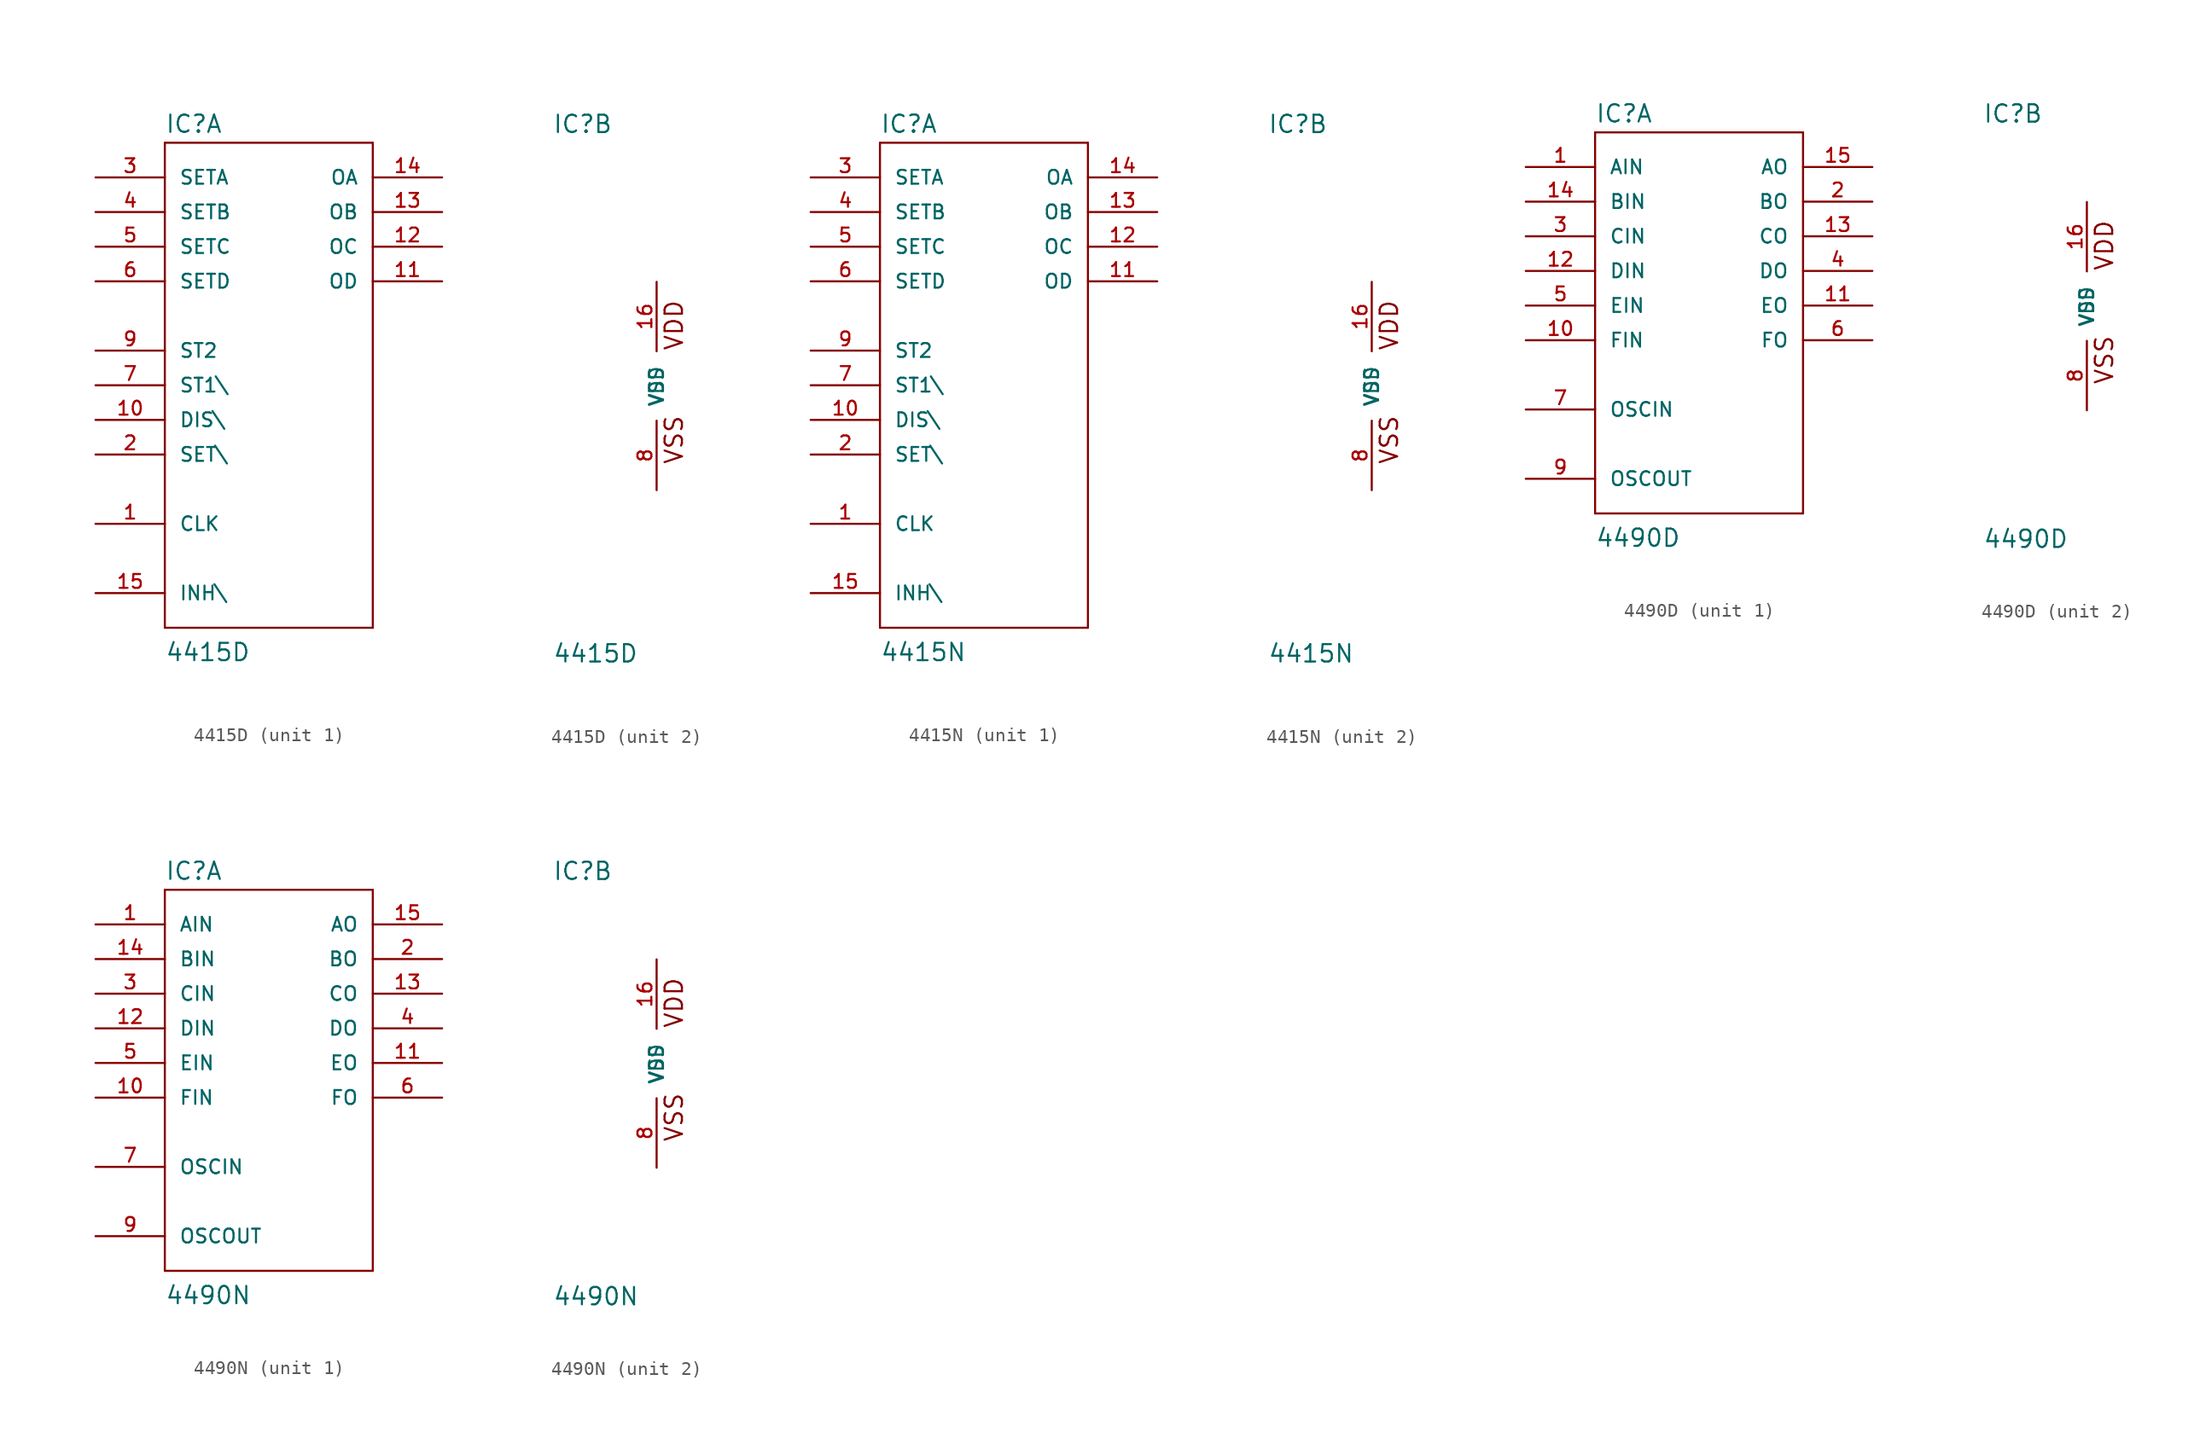
<source format=kicad_sym>
(kicad_symbol_lib
  (version 20211014)
  (generator kicad_symbol_editor)
  (symbol "4415D"
    (pin_names
      (offset 1.016))
    (property "Reference" "IC"
      (at -7.62 18.415 0)
      (effects (font (size 1.27 1.27)) (justify left bottom)))
    (property "Value" "4415D"
      (at -7.62 -20.32 0)
      (effects (font (size 1.27 1.27)) (justify left bottom)))
    (property "ki_locked" ""
      (at 0 0 0)
      (effects (font (size 1.27 1.27))))
    (symbol "4415D_1_0"
      (polyline (pts (xy -7.62 -17.78) (xy 7.62 -17.78)) (stroke (width 0) (type default) (color 0 0 0 0)) (fill (type none)))
      (polyline (pts (xy -7.62 17.78) (xy -7.62 -17.78)) (stroke (width 0) (type default) (color 0 0 0 0)) (fill (type none)))
      (polyline (pts (xy 7.62 -17.78) (xy 7.62 17.78)) (stroke (width 0) (type default) (color 0 0 0 0)) (fill (type none)))
      (polyline (pts (xy 7.62 17.78) (xy -7.62 17.78)) (stroke (width 0) (type default) (color 0 0 0 0)) (fill (type none))))
    (symbol "4415D_1_1"
      (pin input line (at -12.7 -10.16 0) (length 5.08) (name "CLK" (effects (font (size 1.016 1.016)))) (number "1" (effects (font (size 1.016 1.016)))))
      (pin input line (at -12.7 -2.54 0) (length 5.08) (name "DIS\\" (effects (font (size 1.016 1.016)))) (number "10" (effects (font (size 1.016 1.016)))))
      (pin output line (at 12.7 7.62 180) (length 5.08) (name "OD" (effects (font (size 1.016 1.016)))) (number "11" (effects (font (size 1.016 1.016)))))
      (pin output line (at 12.7 10.16 180) (length 5.08) (name "OC" (effects (font (size 1.016 1.016)))) (number "12" (effects (font (size 1.016 1.016)))))
      (pin output line (at 12.7 12.7 180) (length 5.08) (name "OB" (effects (font (size 1.016 1.016)))) (number "13" (effects (font (size 1.016 1.016)))))
      (pin output line (at 12.7 15.24 180) (length 5.08) (name "OA" (effects (font (size 1.016 1.016)))) (number "14" (effects (font (size 1.016 1.016)))))
      (pin input line (at -12.7 -15.24 0) (length 5.08) (name "INH\\" (effects (font (size 1.016 1.016)))) (number "15" (effects (font (size 1.016 1.016)))))
      (pin input line (at -12.7 -5.08 0) (length 5.08) (name "SET\\" (effects (font (size 1.016 1.016)))) (number "2" (effects (font (size 1.016 1.016)))))
      (pin input line (at -12.7 15.24 0) (length 5.08) (name "SETA" (effects (font (size 1.016 1.016)))) (number "3" (effects (font (size 1.016 1.016)))))
      (pin input line (at -12.7 12.7 0) (length 5.08) (name "SETB" (effects (font (size 1.016 1.016)))) (number "4" (effects (font (size 1.016 1.016)))))
      (pin input line (at -12.7 10.16 0) (length 5.08) (name "SETC" (effects (font (size 1.016 1.016)))) (number "5" (effects (font (size 1.016 1.016)))))
      (pin input line (at -12.7 7.62 0) (length 5.08) (name "SETD" (effects (font (size 1.016 1.016)))) (number "6" (effects (font (size 1.016 1.016)))))
      (pin input line (at -12.7 0 0) (length 5.08) (name "ST1\\" (effects (font (size 1.016 1.016)))) (number "7" (effects (font (size 1.016 1.016)))))
      (pin input line (at -12.7 2.54 0) (length 5.08) (name "ST2" (effects (font (size 1.016 1.016)))) (number "9" (effects (font (size 1.016 1.016))))))
    (symbol "4415D_2_0"
      (text "VDD" (at 1.27 4.445 1) (effects (font (size 1.27 1.27))))
      (text "VSS" (at 1.27 -3.937 1) (effects (font (size 1.27 1.27)))))
    (symbol "4415D_2_1"
      (pin power_in line (at 0 7.62 270) (length 5.08) (name "VDD" (effects (font (size 1.016 1.016)))) (number "16" (effects (font (size 1.016 1.016)))))
      (pin power_in line (at 0 -7.62 90) (length 5.08) (name "VSS" (effects (font (size 1.016 1.016)))) (number "8" (effects (font (size 1.016 1.016)))))))
  (symbol "4415N"
    (pin_names
      (offset 1.016))
    (property "Reference" "IC"
      (at -7.62 18.415 0)
      (effects (font (size 1.27 1.27)) (justify left bottom)))
    (property "Value" "4415N"
      (at -7.62 -20.32 0)
      (effects (font (size 1.27 1.27)) (justify left bottom)))
    (property "ki_locked" ""
      (at 0 0 0)
      (effects (font (size 1.27 1.27))))
    (symbol "4415N_1_0"
      (polyline (pts (xy -7.62 -17.78) (xy 7.62 -17.78)) (stroke (width 0) (type default) (color 0 0 0 0)) (fill (type none)))
      (polyline (pts (xy -7.62 17.78) (xy -7.62 -17.78)) (stroke (width 0) (type default) (color 0 0 0 0)) (fill (type none)))
      (polyline (pts (xy 7.62 -17.78) (xy 7.62 17.78)) (stroke (width 0) (type default) (color 0 0 0 0)) (fill (type none)))
      (polyline (pts (xy 7.62 17.78) (xy -7.62 17.78)) (stroke (width 0) (type default) (color 0 0 0 0)) (fill (type none))))
    (symbol "4415N_1_1"
      (pin input line (at -12.7 -10.16 0) (length 5.08) (name "CLK" (effects (font (size 1.016 1.016)))) (number "1" (effects (font (size 1.016 1.016)))))
      (pin input line (at -12.7 -2.54 0) (length 5.08) (name "DIS\\" (effects (font (size 1.016 1.016)))) (number "10" (effects (font (size 1.016 1.016)))))
      (pin output line (at 12.7 7.62 180) (length 5.08) (name "OD" (effects (font (size 1.016 1.016)))) (number "11" (effects (font (size 1.016 1.016)))))
      (pin output line (at 12.7 10.16 180) (length 5.08) (name "OC" (effects (font (size 1.016 1.016)))) (number "12" (effects (font (size 1.016 1.016)))))
      (pin output line (at 12.7 12.7 180) (length 5.08) (name "OB" (effects (font (size 1.016 1.016)))) (number "13" (effects (font (size 1.016 1.016)))))
      (pin output line (at 12.7 15.24 180) (length 5.08) (name "OA" (effects (font (size 1.016 1.016)))) (number "14" (effects (font (size 1.016 1.016)))))
      (pin input line (at -12.7 -15.24 0) (length 5.08) (name "INH\\" (effects (font (size 1.016 1.016)))) (number "15" (effects (font (size 1.016 1.016)))))
      (pin input line (at -12.7 -5.08 0) (length 5.08) (name "SET\\" (effects (font (size 1.016 1.016)))) (number "2" (effects (font (size 1.016 1.016)))))
      (pin input line (at -12.7 15.24 0) (length 5.08) (name "SETA" (effects (font (size 1.016 1.016)))) (number "3" (effects (font (size 1.016 1.016)))))
      (pin input line (at -12.7 12.7 0) (length 5.08) (name "SETB" (effects (font (size 1.016 1.016)))) (number "4" (effects (font (size 1.016 1.016)))))
      (pin input line (at -12.7 10.16 0) (length 5.08) (name "SETC" (effects (font (size 1.016 1.016)))) (number "5" (effects (font (size 1.016 1.016)))))
      (pin input line (at -12.7 7.62 0) (length 5.08) (name "SETD" (effects (font (size 1.016 1.016)))) (number "6" (effects (font (size 1.016 1.016)))))
      (pin input line (at -12.7 0 0) (length 5.08) (name "ST1\\" (effects (font (size 1.016 1.016)))) (number "7" (effects (font (size 1.016 1.016)))))
      (pin input line (at -12.7 2.54 0) (length 5.08) (name "ST2" (effects (font (size 1.016 1.016)))) (number "9" (effects (font (size 1.016 1.016))))))
    (symbol "4415N_2_0"
      (text "VDD" (at 1.27 4.445 1) (effects (font (size 1.27 1.27))))
      (text "VSS" (at 1.27 -3.937 1) (effects (font (size 1.27 1.27)))))
    (symbol "4415N_2_1"
      (pin power_in line (at 0 7.62 270) (length 5.08) (name "VDD" (effects (font (size 1.016 1.016)))) (number "16" (effects (font (size 1.016 1.016)))))
      (pin power_in line (at 0 -7.62 90) (length 5.08) (name "VSS" (effects (font (size 1.016 1.016)))) (number "8" (effects (font (size 1.016 1.016)))))))
  (symbol "4490D"
    (pin_names
      (offset 1.016))
    (property "Reference" "IC"
      (at -7.62 13.335 0)
      (effects (font (size 1.27 1.27)) (justify left bottom)))
    (property "Value" "4490D"
      (at -7.62 -17.78 0)
      (effects (font (size 1.27 1.27)) (justify left bottom)))
    (property "ki_locked" ""
      (at 0 0 0)
      (effects (font (size 1.27 1.27))))
    (symbol "4490D_1_0"
      (polyline (pts (xy -7.62 -15.24) (xy 7.62 -15.24)) (stroke (width 0) (type default) (color 0 0 0 0)) (fill (type none)))
      (polyline (pts (xy -7.62 12.7) (xy -7.62 -15.24)) (stroke (width 0) (type default) (color 0 0 0 0)) (fill (type none)))
      (polyline (pts (xy 7.62 -15.24) (xy 7.62 12.7)) (stroke (width 0) (type default) (color 0 0 0 0)) (fill (type none)))
      (polyline (pts (xy 7.62 12.7) (xy -7.62 12.7)) (stroke (width 0) (type default) (color 0 0 0 0)) (fill (type none))))
    (symbol "4490D_1_1"
      (pin input line (at -12.7 10.16 0) (length 5.08) (name "AIN" (effects (font (size 1.016 1.016)))) (number "1" (effects (font (size 1.016 1.016)))))
      (pin input line (at -12.7 -2.54 0) (length 5.08) (name "FIN" (effects (font (size 1.016 1.016)))) (number "10" (effects (font (size 1.016 1.016)))))
      (pin output line (at 12.7 0 180) (length 5.08) (name "EO" (effects (font (size 1.016 1.016)))) (number "11" (effects (font (size 1.016 1.016)))))
      (pin input line (at -12.7 2.54 0) (length 5.08) (name "DIN" (effects (font (size 1.016 1.016)))) (number "12" (effects (font (size 1.016 1.016)))))
      (pin output line (at 12.7 5.08 180) (length 5.08) (name "CO" (effects (font (size 1.016 1.016)))) (number "13" (effects (font (size 1.016 1.016)))))
      (pin input line (at -12.7 7.62 0) (length 5.08) (name "BIN" (effects (font (size 1.016 1.016)))) (number "14" (effects (font (size 1.016 1.016)))))
      (pin output line (at 12.7 10.16 180) (length 5.08) (name "AO" (effects (font (size 1.016 1.016)))) (number "15" (effects (font (size 1.016 1.016)))))
      (pin output line (at 12.7 7.62 180) (length 5.08) (name "BO" (effects (font (size 1.016 1.016)))) (number "2" (effects (font (size 1.016 1.016)))))
      (pin input line (at -12.7 5.08 0) (length 5.08) (name "CIN" (effects (font (size 1.016 1.016)))) (number "3" (effects (font (size 1.016 1.016)))))
      (pin output line (at 12.7 2.54 180) (length 5.08) (name "DO" (effects (font (size 1.016 1.016)))) (number "4" (effects (font (size 1.016 1.016)))))
      (pin input line (at -12.7 0 0) (length 5.08) (name "EIN" (effects (font (size 1.016 1.016)))) (number "5" (effects (font (size 1.016 1.016)))))
      (pin output line (at 12.7 -2.54 180) (length 5.08) (name "FO" (effects (font (size 1.016 1.016)))) (number "6" (effects (font (size 1.016 1.016)))))
      (pin input line (at -12.7 -7.62 0) (length 5.08) (name "OSCIN" (effects (font (size 1.016 1.016)))) (number "7" (effects (font (size 1.016 1.016)))))
      (pin output line (at -12.7 -12.7 0) (length 5.08) (name "OSCOUT" (effects (font (size 1.016 1.016)))) (number "9" (effects (font (size 1.016 1.016))))))
    (symbol "4490D_2_0"
      (text "VDD" (at 1.27 4.445 1) (effects (font (size 1.27 1.27))))
      (text "VSS" (at 1.27 -3.937 1) (effects (font (size 1.27 1.27)))))
    (symbol "4490D_2_1"
      (pin power_in line (at 0 7.62 270) (length 5.08) (name "VDD" (effects (font (size 1.016 1.016)))) (number "16" (effects (font (size 1.016 1.016)))))
      (pin power_in line (at 0 -7.62 90) (length 5.08) (name "VSS" (effects (font (size 1.016 1.016)))) (number "8" (effects (font (size 1.016 1.016)))))))
  (symbol "4490N"
    (pin_names
      (offset 1.016))
    (property "Reference" "IC"
      (at -7.62 13.335 0)
      (effects (font (size 1.27 1.27)) (justify left bottom)))
    (property "Value" "4490N"
      (at -7.62 -17.78 0)
      (effects (font (size 1.27 1.27)) (justify left bottom)))
    (property "ki_locked" ""
      (at 0 0 0)
      (effects (font (size 1.27 1.27))))
    (symbol "4490N_1_0"
      (polyline (pts (xy -7.62 -15.24) (xy 7.62 -15.24)) (stroke (width 0) (type default) (color 0 0 0 0)) (fill (type none)))
      (polyline (pts (xy -7.62 12.7) (xy -7.62 -15.24)) (stroke (width 0) (type default) (color 0 0 0 0)) (fill (type none)))
      (polyline (pts (xy 7.62 -15.24) (xy 7.62 12.7)) (stroke (width 0) (type default) (color 0 0 0 0)) (fill (type none)))
      (polyline (pts (xy 7.62 12.7) (xy -7.62 12.7)) (stroke (width 0) (type default) (color 0 0 0 0)) (fill (type none))))
    (symbol "4490N_1_1"
      (pin input line (at -12.7 10.16 0) (length 5.08) (name "AIN" (effects (font (size 1.016 1.016)))) (number "1" (effects (font (size 1.016 1.016)))))
      (pin input line (at -12.7 -2.54 0) (length 5.08) (name "FIN" (effects (font (size 1.016 1.016)))) (number "10" (effects (font (size 1.016 1.016)))))
      (pin output line (at 12.7 0 180) (length 5.08) (name "EO" (effects (font (size 1.016 1.016)))) (number "11" (effects (font (size 1.016 1.016)))))
      (pin input line (at -12.7 2.54 0) (length 5.08) (name "DIN" (effects (font (size 1.016 1.016)))) (number "12" (effects (font (size 1.016 1.016)))))
      (pin output line (at 12.7 5.08 180) (length 5.08) (name "CO" (effects (font (size 1.016 1.016)))) (number "13" (effects (font (size 1.016 1.016)))))
      (pin input line (at -12.7 7.62 0) (length 5.08) (name "BIN" (effects (font (size 1.016 1.016)))) (number "14" (effects (font (size 1.016 1.016)))))
      (pin output line (at 12.7 10.16 180) (length 5.08) (name "AO" (effects (font (size 1.016 1.016)))) (number "15" (effects (font (size 1.016 1.016)))))
      (pin output line (at 12.7 7.62 180) (length 5.08) (name "BO" (effects (font (size 1.016 1.016)))) (number "2" (effects (font (size 1.016 1.016)))))
      (pin input line (at -12.7 5.08 0) (length 5.08) (name "CIN" (effects (font (size 1.016 1.016)))) (number "3" (effects (font (size 1.016 1.016)))))
      (pin output line (at 12.7 2.54 180) (length 5.08) (name "DO" (effects (font (size 1.016 1.016)))) (number "4" (effects (font (size 1.016 1.016)))))
      (pin input line (at -12.7 0 0) (length 5.08) (name "EIN" (effects (font (size 1.016 1.016)))) (number "5" (effects (font (size 1.016 1.016)))))
      (pin output line (at 12.7 -2.54 180) (length 5.08) (name "FO" (effects (font (size 1.016 1.016)))) (number "6" (effects (font (size 1.016 1.016)))))
      (pin input line (at -12.7 -7.62 0) (length 5.08) (name "OSCIN" (effects (font (size 1.016 1.016)))) (number "7" (effects (font (size 1.016 1.016)))))
      (pin output line (at -12.7 -12.7 0) (length 5.08) (name "OSCOUT" (effects (font (size 1.016 1.016)))) (number "9" (effects (font (size 1.016 1.016))))))
    (symbol "4490N_2_0"
      (text "VDD" (at 1.27 4.445 1) (effects (font (size 1.27 1.27))))
      (text "VSS" (at 1.27 -3.937 1) (effects (font (size 1.27 1.27)))))
    (symbol "4490N_2_1"
      (pin power_in line (at 0 7.62 270) (length 5.08) (name "VDD" (effects (font (size 1.016 1.016)))) (number "16" (effects (font (size 1.016 1.016)))))
      (pin power_in line (at 0 -7.62 90) (length 5.08) (name "VSS" (effects (font (size 1.016 1.016)))) (number "8" (effects (font (size 1.016 1.016))))))))
</source>
